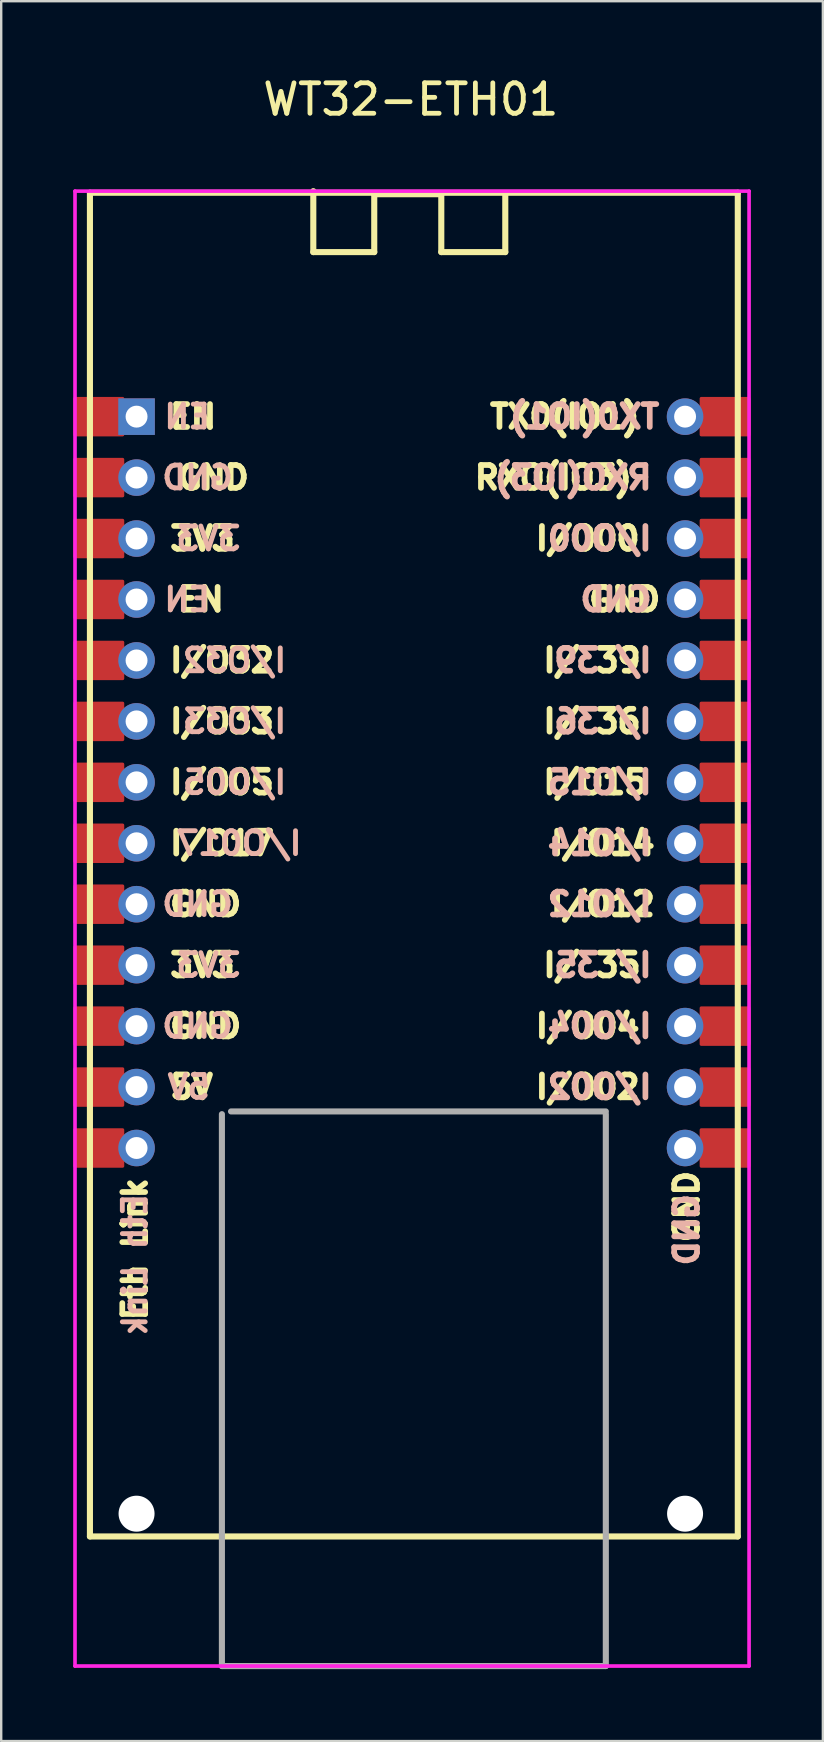
<source format=kicad_pcb>
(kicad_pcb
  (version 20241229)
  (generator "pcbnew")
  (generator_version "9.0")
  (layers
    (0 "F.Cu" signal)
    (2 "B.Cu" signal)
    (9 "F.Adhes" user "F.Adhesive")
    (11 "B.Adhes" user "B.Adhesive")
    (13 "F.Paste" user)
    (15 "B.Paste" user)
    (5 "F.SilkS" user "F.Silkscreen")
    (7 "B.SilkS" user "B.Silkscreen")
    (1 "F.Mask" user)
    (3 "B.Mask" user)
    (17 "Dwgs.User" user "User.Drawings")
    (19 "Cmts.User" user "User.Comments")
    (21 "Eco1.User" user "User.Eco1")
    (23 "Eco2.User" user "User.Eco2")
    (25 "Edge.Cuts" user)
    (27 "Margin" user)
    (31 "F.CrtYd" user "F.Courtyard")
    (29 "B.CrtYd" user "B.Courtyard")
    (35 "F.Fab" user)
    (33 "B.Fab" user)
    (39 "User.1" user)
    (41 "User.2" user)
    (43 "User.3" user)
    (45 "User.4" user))
  (footprint "WT32-ETH01"
    (layer "F.Cu")
    (at 14.071 32.094)
    (property "Reference" "WT32-ETH01" (at 0 -31 0) (layer "F.SilkS") (effects (font (size 1.27 1.27) (thickness 0.2))))
    (attr through_hole)
    (fp_line (start -13.373 -27.111) (end 13.627 -27.111) (stroke (width 0.254) (type solid)) (layer "F.SilkS"))
    (fp_line (start -13.373 28.889) (end -13.373 -27.111) (stroke (width 0.254) (type solid)) (layer "F.SilkS"))
    (fp_line (start -4.064 -27.178) (end -4.064 -24.638) (stroke (width 0.254) (type solid)) (layer "F.SilkS"))
    (fp_line (start -4.064 -24.638) (end -1.524 -24.638) (stroke (width 0.254) (type solid)) (layer "F.SilkS"))
    (fp_line (start -1.524 -27.051) (end 1.27 -27.051) (stroke (width 0.254) (type solid)) (layer "F.SilkS"))
    (fp_line (start -1.524 -24.638) (end -1.524 -27.051) (stroke (width 0.254) (type solid)) (layer "F.SilkS"))
    (fp_line (start 1.27 -27.051) (end 1.27 -24.638) (stroke (width 0.254) (type solid)) (layer "F.SilkS"))
    (fp_line (start 1.27 -24.638) (end 3.937 -24.638) (stroke (width 0.254) (type solid)) (layer "F.SilkS"))
    (fp_line (start 3.937 -24.638) (end 3.937 -27.051) (stroke (width 0.254) (type solid)) (layer "F.SilkS"))
    (fp_line (start 13.627 -27.111) (end 13.627 28.889) (stroke (width 0.254) (type solid)) (layer "F.SilkS"))
    (fp_line (start 13.627 28.889) (end -13.373 28.889) (stroke (width 0.254) (type solid)) (layer "F.SilkS"))
    (fp_line (start -13.995 -27.178) (end 14.097 -27.178) (stroke (width 0.152) (type solid)) (layer "F.CrtYd"))
    (fp_line (start -13.995 34.29) (end -13.995 -27.178) (stroke (width 0.152) (type solid)) (layer "F.CrtYd"))
    (fp_line (start 14.097 -27.178) (end 14.097 34.29) (stroke (width 0.152) (type solid)) (layer "F.CrtYd"))
    (fp_line (start 14.097 34.29) (end -13.995 34.29) (stroke (width 0.152) (type solid)) (layer "F.CrtYd"))
    (fp_line (start -7.873 34.29) (end -7.873 11.29) (stroke (width 0.254) (type solid)) (layer "F.Fab"))
    (fp_line (start -7.873 34.29) (end 8.127 34.29) (stroke (width 0.254) (type solid)) (layer "F.Fab"))
    (fp_line (start -7.493 11.176) (end 8.128 11.176) (stroke (width 0.254) (type solid)) (layer "F.Fab"))
    (fp_line (start 8.127 34.29) (end 8.127 11.29) (stroke (width 0.254) (type solid)) (layer "F.Fab"))
    (fp_rect (start -8.5 11.5) (end 8.75 30.25) (stroke (width 0.1) (type default)) (fill no) (layer "User.1"))
    (fp_text user "I/O04" (at 5.08 7.62 0) (layer "F.SilkS") (effects (font (size 0.953 0.953) (thickness 0.238)) (justify left)))
    (fp_text user "Eth Link" (at -11.5 20 270) (layer "F.SilkS") (effects (font (size 0.953 0.953) (thickness 0.238)) (justify left)))
    (fp_text user "I/ 35" (at 5.398 5.08 0) (layer "F.SilkS") (effects (font (size 0.953 0.953) (thickness 0.238)) (justify left)))
    (fp_text user "I/O17" (at -10.16 0 0) (layer "F.SilkS") (effects (font (size 0.953 0.953) (thickness 0.238)) (justify left)))
    (fp_text user "GND" (at -9.842 -15.24 0) (layer "F.SilkS") (effects (font (size 0.953 0.953) (thickness 0.238)) (justify left)))
    (fp_text user "EN" (at -10.16 -17.78 0) (layer "F.SilkS") (effects (font (size 0.953 0.953) (thickness 0.238)) (justify left)))
    (fp_text user "I/O02" (at 5.08 10.16 0) (layer "F.SilkS") (effects (font (size 0.953 0.953) (thickness 0.238)) (justify left)))
    (fp_text user "TX0(IO1)" (at 3.175 -17.78 0) (layer "F.SilkS") (effects (font (size 0.953 0.953) (thickness 0.238)) (justify left)))
    (fp_text user "EN" (at -9.842 -10.16 0) (layer "F.SilkS") (effects (font (size 0.953 0.953) (thickness 0.238)) (justify left)))
    (fp_text user "RXO(IO3)" (at 2.54 -15.24 0) (layer "F.SilkS") (effects (font (size 0.953 0.953) (thickness 0.238)) (justify left)))
    (fp_text user "GND" (at -10.16 7.62 0) (layer "F.SilkS") (effects (font (size 0.953 0.953) (thickness 0.238)) (justify left)))
    (fp_text user "GND" (at 11.5 16.75 270) (layer "F.SilkS") (effects (font (size 0.953 0.953) (thickness 0.238)) (justify left)))
    (fp_text user "3V3" (at -10.16 -12.7 0) (layer "F.SilkS") (effects (font (size 0.953 0.953) (thickness 0.238)) (justify left)))
    (fp_text user "GND" (at 7.303 -10.16 0) (layer "F.SilkS") (effects (font (size 0.953 0.953) (thickness 0.238)) (justify left)))
    (fp_text user "I/O32" (at -10.16 -7.62 0) (layer "F.SilkS") (effects (font (size 0.953 0.953) (thickness 0.238)) (justify left)))
    (fp_text user "I/O05" (at -10.16 -2.54 0) (layer "F.SilkS") (effects (font (size 0.953 0.953) (thickness 0.238)) (justify left)))
    (fp_text user "GND" (at -10.16 2.54 0) (layer "F.SilkS") (effects (font (size 0.953 0.953) (thickness 0.238)) (justify left)))
    (fp_text user "I/ 36" (at 5.398 -5.08 0) (layer "F.SilkS") (effects (font (size 0.953 0.953) (thickness 0.238)) (justify left)))
    (fp_text user "5V" (at -10.16 10.16 0) (layer "F.SilkS") (effects (font (size 0.953 0.953) (thickness 0.238)) (justify left)))
    (fp_text user "I/O15" (at 5.398 -2.54 0) (layer "F.SilkS") (effects (font (size 0.953 0.953) (thickness 0.238)) (justify left)))
    (fp_text user "I/O12" (at 5.715 2.54 0) (layer "F.SilkS") (effects (font (size 0.953 0.953) (thickness 0.238)) (justify left)))
    (fp_text user "I/ 39" (at 5.398 -7.62 0) (layer "F.SilkS") (effects (font (size 0.953 0.953) (thickness 0.238)) (justify left)))
    (fp_text user "I/O00" (at 5.08 -12.7 0) (layer "F.SilkS") (effects (font (size 0.953 0.953) (thickness 0.238)) (justify left)))
    (fp_text user "I/O33" (at -10.16 -5.08 0) (layer "F.SilkS") (effects (font (size 0.953 0.953) (thickness 0.238)) (justify left)))
    (fp_text user "3V3" (at -10.16 5.08 0) (layer "F.SilkS") (effects (font (size 0.953 0.953) (thickness 0.238)) (justify left)))
    (fp_text user "I/O14" (at 5.715 0 0) (layer "F.SilkS") (effects (font (size 0.953 0.953) (thickness 0.238)) (justify left)))
    (fp_text user "I/O02" (at 10.16 10.16 0) (layer "B.SilkS") (effects (font (size 0.953 0.953) (thickness 0.238)) (justify left mirror)))
    (fp_text user "I/O00" (at 10.16 -12.7 0) (layer "B.SilkS") (effects (font (size 0.953 0.953) (thickness 0.238)) (justify left mirror)))
    (fp_text user "GND" (at 11.5 14.5 90) (layer "B.SilkS") (effects (font (size 0.953 0.953) (thickness 0.238)) (justify left mirror)))
    (fp_text user "RXO(IO3)" (at 10.16 -15.24 0) (layer "B.SilkS") (effects (font (size 0.953 0.953) (thickness 0.238)) (justify left mirror)))
    (fp_text user "GND" (at -7.302 -15.24 0) (layer "B.SilkS") (effects (font (size 0.953 0.953) (thickness 0.203)) (justify left mirror)))
    (fp_text user "I/O15" (at 10.16 -2.54 0) (layer "B.SilkS") (effects (font (size 0.953 0.953) (thickness 0.238)) (justify left mirror)))
    (fp_text user "3V3" (at -6.985 5.08 0) (layer "B.SilkS") (effects (font (size 0.953 0.953) (thickness 0.203)) (justify left mirror)))
    (fp_text user "EN" (at -8.255 -10.16 0) (layer "B.SilkS") (effects (font (size 0.953 0.953) (thickness 0.203)) (justify left mirror)))
    (fp_text user "I/O04" (at 10.16 7.62 0) (layer "B.SilkS") (effects (font (size 0.953 0.953) (thickness 0.238)) (justify left mirror)))
    (fp_text user "5V" (at -8.255 10.16 0) (layer "B.SilkS") (effects (font (size 0.953 0.953) (thickness 0.203)) (justify left mirror)))
    (fp_text user "GND" (at 10.16 -10.16 0) (layer "B.SilkS") (effects (font (size 0.953 0.953) (thickness 0.238)) (justify left mirror)))
    (fp_text user "3V3" (at -6.985 -12.7 0) (layer "B.SilkS") (effects (font (size 0.953 0.953) (thickness 0.203)) (justify left mirror)))
    (fp_text user "I/O32" (at -5.08 -7.62 0) (layer "B.SilkS") (effects (font (size 0.953 0.953) (thickness 0.203)) (justify left mirror)))
    (fp_text user "I/O14" (at 10.16 0 0) (layer "B.SilkS") (effects (font (size 0.953 0.953) (thickness 0.238)) (justify left mirror)))
    (fp_text user "EN" (at -8.255 -17.78 0) (layer "B.SilkS") (effects (font (size 0.953 0.953) (thickness 0.203)) (justify left mirror)))
    (fp_text user "I/O017" (at -4.445 0 0) (layer "B.SilkS") (effects (font (size 0.953 0.953) (thickness 0.203)) (justify left mirror)))
    (fp_text user "I/ 39" (at 10.16 -7.62 0) (layer "B.SilkS") (effects (font (size 0.953 0.953) (thickness 0.238)) (justify left mirror)))
    (fp_text user "I/O12" (at 10.16 2.54 0) (layer "B.SilkS") (effects (font (size 0.953 0.953) (thickness 0.238)) (justify left mirror)))
    (fp_text user "I/ 35" (at 10.16 5.08 0) (layer "B.SilkS") (effects (font (size 0.953 0.953) (thickness 0.238)) (justify left mirror)))
    (fp_text user "I/O33" (at -5.08 -5.08 0) (layer "B.SilkS") (effects (font (size 0.953 0.953) (thickness 0.203)) (justify left mirror)))
    (fp_text user "I/ 36" (at 10.16 -5.08 0) (layer "B.SilkS") (effects (font (size 0.953 0.953) (thickness 0.238)) (justify left mirror)))
    (fp_text user "GND" (at -7.302 7.62 0) (layer "B.SilkS") (effects (font (size 0.953 0.953) (thickness 0.203)) (justify left mirror)))
    (fp_text user "I/O05" (at -5.08 -2.54 0) (layer "B.SilkS") (effects (font (size 0.953 0.953) (thickness 0.203)) (justify left mirror)))
    (fp_text user "TX0(IO1)" (at 10.478 -17.78 0) (layer "B.SilkS") (effects (font (size 0.953 0.953) (thickness 0.238)) (justify left mirror)))
    (fp_text user "Eth Link" (at -11.5 14.5 90) (layer "B.SilkS") (effects (font (size 0.953 0.953) (thickness 0.203)) (justify left mirror)))
    (fp_text user "GND" (at -7.302 2.54 0) (layer "B.SilkS") (effects (font (size 0.953 0.953) (thickness 0.203)) (justify left mirror)))
    (pad "" np_thru_hole circle (at -11.43 27.94) (size 1.5 1.5) (drill 1.5) (layers "*.Cu" "*.Mask"))
    (pad "" np_thru_hole circle (at 11.43 27.94) (size 1.5 1.5) (drill 1.5) (layers "*.Cu" "*.Mask"))
    (pad "1" smd custom (at -13.003 -17.78 90) (size 0.102 0.102) (layers "F.Cu" "F.Mask" "F.Paste") (options (anchor circle)) (primitives (gr_poly (pts (xy 0.762 1) (xy 0.762 -1) (xy -0.762 -1) (xy -0.762 1) (xy 0.762 1)) (width 0.12) (fill yes))))
    (pad "1" thru_hole rect (at -11.43 -17.78 180) (size 1.524 1.524) (drill 0.914) (layers "*.Cu" "*.Mask"))
    (pad "2" smd custom (at -13.003 -15.24 90) (size 0.102 0.102) (layers "F.Cu" "F.Mask" "F.Paste") (options (anchor circle)) (primitives (gr_poly (pts (xy 0.762 1) (xy 0.762 -1) (xy -0.762 -1) (xy -0.762 1) (xy 0.762 1)) (width 0.12) (fill yes))))
    (pad "2" thru_hole circle (at -11.43 -15.24 90) (size 1.524 1.524) (drill 0.914) (layers "*.Cu" "*.Mask"))
    (pad "3" smd custom (at -13.003 -12.7 90) (size 0.102 0.102) (layers "F.Cu" "F.Mask" "F.Paste") (options (anchor circle)) (primitives (gr_poly (pts (xy 0.762 1) (xy 0.762 -1) (xy -0.762 -1) (xy -0.762 1) (xy 0.762 1)) (width 0.12) (fill yes))))
    (pad "3" thru_hole circle (at -11.43 -12.7 90) (size 1.524 1.524) (drill 0.914) (layers "*.Cu" "*.Mask"))
    (pad "4" smd custom (at -13.003 -10.16 90) (size 0.102 0.102) (layers "F.Cu" "F.Mask" "F.Paste") (options (anchor circle)) (primitives (gr_poly (pts (xy 0.762 1) (xy 0.762 -1) (xy -0.762 -1) (xy -0.762 1) (xy 0.762 1)) (width 0.12) (fill yes))))
    (pad "4" thru_hole circle (at -11.43 -10.16 90) (size 1.524 1.524) (drill 0.914) (layers "*.Cu" "*.Mask"))
    (pad "5" smd custom (at -13.003 -7.62 90) (size 0.102 0.102) (layers "F.Cu" "F.Mask" "F.Paste") (options (anchor circle)) (primitives (gr_poly (pts (xy -0.762 -1) (xy -0.762 1) (xy 0.762 1) (xy 0.762 -1) (xy -0.762 -1)) (width 0.12) (fill yes))))
    (pad "5" thru_hole circle (at -11.43 -7.62 90) (size 1.524 1.524) (drill 0.914) (layers "*.Cu" "*.Mask"))
    (pad "6" smd custom (at -13.003 -5.08 90) (size 0.102 0.102) (layers "F.Cu" "F.Mask" "F.Paste") (options (anchor circle)) (primitives (gr_poly (pts (xy -0.762 -1) (xy -0.762 1) (xy 0.762 1) (xy 0.762 -1) (xy -0.762 -1)) (width 0.12) (fill yes))))
    (pad "6" thru_hole circle (at -11.43 -5.08 90) (size 1.524 1.524) (drill 0.914) (layers "*.Cu" "*.Mask"))
    (pad "7" smd custom (at -13.003 -2.54 90) (size 0.102 0.102) (layers "F.Cu" "F.Mask" "F.Paste") (options (anchor circle)) (primitives (gr_poly (pts (xy -0.762 -1) (xy -0.762 1) (xy 0.762 1) (xy 0.762 -1) (xy -0.762 -1)) (width 0.12) (fill yes))))
    (pad "7" thru_hole circle (at -11.43 -2.54 180) (size 1.524 1.524) (drill 0.914) (layers "*.Cu" "*.Mask"))
    (pad "8" smd custom (at -13.003 0 90) (size 0.102 0.102) (layers "F.Cu" "F.Mask" "F.Paste") (options (anchor circle)) (primitives (gr_poly (pts (xy 0.762 1) (xy 0.762 -1) (xy -0.762 -1) (xy -0.762 1) (xy 0.762 1)) (width 0.12) (fill yes))))
    (pad "8" thru_hole circle (at -11.43 0 90) (size 1.524 1.524) (drill 0.914) (layers "*.Cu" "*.Mask"))
    (pad "9" smd custom (at -13.003 2.54 90) (size 0.102 0.102) (layers "F.Cu" "F.Mask" "F.Paste") (options (anchor circle)) (primitives (gr_poly (pts (xy 0.762 1) (xy 0.762 -1) (xy -0.762 -1) (xy -0.762 1) (xy 0.762 1)) (width 0.12) (fill yes))))
    (pad "9" thru_hole circle (at -11.43 2.54 90) (size 1.524 1.524) (drill 0.914) (layers "*.Cu" "*.Mask"))
    (pad "10" smd custom (at -13.003 5.08 90) (size 0.102 0.102) (layers "F.Cu" "F.Mask" "F.Paste") (options (anchor circle)) (primitives (gr_poly (pts (xy -0.762 -1) (xy -0.762 1) (xy 0.762 1) (xy 0.762 -1) (xy -0.762 -1)) (width 0.12) (fill yes))))
    (pad "10" thru_hole circle (at -11.43 5.08 90) (size 1.524 1.524) (drill 0.914) (layers "*.Cu" "*.Mask"))
    (pad "11" smd custom (at -13.003 7.62 90) (size 0.102 0.102) (layers "F.Cu" "F.Mask" "F.Paste") (options (anchor circle)) (primitives (gr_poly (pts (xy -0.762 -1) (xy -0.762 1) (xy 0.762 1) (xy 0.762 -1) (xy -0.762 -1)) (width 0.12) (fill yes))))
    (pad "11" thru_hole circle (at -11.43 7.62 90) (size 1.524 1.524) (drill 0.914) (layers "*.Cu" "*.Mask"))
    (pad "12" smd custom (at -13.003 10.16 90) (size 0.102 0.102) (layers "F.Cu" "F.Mask" "F.Paste") (options (anchor circle)) (primitives (gr_poly (pts (xy -0.762 -1) (xy -0.762 1) (xy 0.762 1) (xy 0.762 -1) (xy -0.762 -1)) (width 0.12) (fill yes))))
    (pad "12" thru_hole circle (at -11.43 10.16 90) (size 1.524 1.524) (drill 0.914) (layers "*.Cu" "*.Mask"))
    (pad "13" smd custom (at -13.003 12.7 90) (size 0.102 0.102) (layers "F.Cu" "F.Mask" "F.Paste") (options (anchor circle)) (primitives (gr_poly (pts (xy -0.762 -1) (xy -0.762 1) (xy 0.762 1) (xy 0.762 -1) (xy -0.762 -1)) (width 0.12) (fill yes))))
    (pad "13" thru_hole circle (at -11.43 12.7 90) (size 1.524 1.524) (drill 0.914) (layers "*.Cu" "*.Mask"))
    (pad "14" thru_hole circle (at 11.43 12.7 90) (size 1.524 1.524) (drill 0.914) (layers "*.Cu" "*.Mask"))
    (pad "14" smd custom (at 13.097 12.7 90) (size 0.102 0.102) (layers "F.Cu" "F.Mask" "F.Paste") (options (anchor circle)) (primitives (gr_poly (pts (xy 0.762 1) (xy 0.762 -1) (xy -0.762 -1) (xy -0.762 1) (xy 0.762 1)) (width 0.12) (fill yes))))
    (pad "15" thru_hole circle (at 11.43 10.16 90) (size 1.524 1.524) (drill 0.914) (layers "*.Cu" "*.Mask"))
    (pad "15" smd custom (at 13.097 10.16 90) (size 0.102 0.102) (layers "F.Cu" "F.Mask" "F.Paste") (options (anchor circle)) (primitives (gr_poly (pts (xy 0.762 1) (xy 0.762 -1) (xy -0.762 -1) (xy -0.762 1) (xy 0.762 1)) (width 0.12) (fill yes))))
    (pad "16" thru_hole circle (at 11.43 7.62 90) (size 1.524 1.524) (drill 0.914) (layers "*.Cu" "*.Mask"))
    (pad "16" smd custom (at 13.097 7.62 90) (size 0.102 0.102) (layers "F.Cu" "F.Mask" "F.Paste") (options (anchor circle)) (primitives (gr_poly (pts (xy 0.762 1) (xy 0.762 -1) (xy -0.762 -1) (xy -0.762 1) (xy 0.762 1)) (width 0.12) (fill yes))))
    (pad "17" thru_hole circle (at 11.43 5.08 90) (size 1.524 1.524) (drill 0.914) (layers "*.Cu" "*.Mask"))
    (pad "17" smd custom (at 13.097 5.08 90) (size 0.102 0.102) (layers "F.Cu" "F.Mask" "F.Paste") (options (anchor circle)) (primitives (gr_poly (pts (xy -0.762 -1) (xy -0.762 1) (xy 0.762 1) (xy 0.762 -1) (xy -0.762 -1)) (width 0.12) (fill yes))))
    (pad "18" thru_hole circle (at 11.43 2.54 90) (size 1.524 1.524) (drill 0.914) (layers "*.Cu" "*.Mask"))
    (pad "18" smd custom (at 13.097 2.54 90) (size 0.102 0.102) (layers "F.Cu" "F.Mask" "F.Paste") (options (anchor circle)) (primitives (gr_poly (pts (xy -0.762 -1) (xy -0.762 1) (xy 0.762 1) (xy 0.762 -1) (xy -0.762 -1)) (width 0.12) (fill yes))))
    (pad "19" thru_hole circle (at 11.43 0 90) (size 1.524 1.524) (drill 0.914) (layers "*.Cu" "*.Mask"))
    (pad "19" smd custom (at 13.097 0 90) (size 0.102 0.102) (layers "F.Cu" "F.Mask" "F.Paste") (options (anchor circle)) (primitives (gr_poly (pts (xy -0.762 -1) (xy -0.762 1) (xy 0.762 1) (xy 0.762 -1) (xy -0.762 -1)) (width 0.12) (fill yes))))
    (pad "20" thru_hole circle (at 11.43 -2.54 90) (size 1.524 1.524) (drill 0.914) (layers "*.Cu" "*.Mask"))
    (pad "20" smd custom (at 13.097 -2.54 90) (size 0.102 0.102) (layers "F.Cu" "F.Mask" "F.Paste") (options (anchor circle)) (primitives (gr_poly (pts (xy -0.762 -1) (xy -0.762 1) (xy 0.762 1) (xy 0.762 -1) (xy -0.762 -1)) (width 0.12) (fill yes))))
    (pad "21" thru_hole circle (at 11.43 -5.08 90) (size 1.524 1.524) (drill 0.914) (layers "*.Cu" "*.Mask"))
    (pad "21" smd custom (at 13.097 -5.08 90) (size 0.102 0.102) (layers "F.Cu" "F.Mask" "F.Paste") (options (anchor circle)) (primitives (gr_poly (pts (xy 0.762 1) (xy 0.762 -1) (xy -0.762 -1) (xy -0.762 1) (xy 0.762 1)) (width 0.12) (fill yes))))
    (pad "22" thru_hole circle (at 11.43 -7.62 90) (size 1.524 1.524) (drill 0.914) (layers "*.Cu" "*.Mask"))
    (pad "22" smd custom (at 13.097 -7.62 90) (size 0.102 0.102) (layers "F.Cu" "F.Mask" "F.Paste") (options (anchor circle)) (primitives (gr_poly (pts (xy 0.762 1) (xy 0.762 -1) (xy -0.762 -1) (xy -0.762 1) (xy 0.762 1)) (width 0.12) (fill yes))))
    (pad "23" thru_hole circle (at 11.43 -10.16 90) (size 1.524 1.524) (drill 0.914) (layers "*.Cu" "*.Mask"))
    (pad "23" smd custom (at 13.097 -10.16 90) (size 0.102 0.102) (layers "F.Cu" "F.Mask" "F.Paste") (options (anchor circle)) (primitives (gr_poly (pts (xy 0.762 1) (xy 0.762 -1) (xy -0.762 -1) (xy -0.762 1) (xy 0.762 1)) (width 0.12) (fill yes))))
    (pad "24" thru_hole circle (at 11.43 -12.7 90) (size 1.524 1.524) (drill 0.914) (layers "*.Cu" "*.Mask"))
    (pad "24" smd custom (at 13.097 -12.7 90) (size 0.102 0.102) (layers "F.Cu" "F.Mask" "F.Paste") (options (anchor circle)) (primitives (gr_poly (pts (xy 0.762 1) (xy 0.762 -1) (xy -0.762 -1) (xy -0.762 1) (xy 0.762 1)) (width 0.12) (fill yes))))
    (pad "25" thru_hole circle (at 11.43 -15.24 90) (size 1.524 1.524) (drill 0.914) (layers "*.Cu" "*.Mask"))
    (pad "25" smd custom (at 13.097 -15.24 90) (size 0.102 0.102) (layers "F.Cu" "F.Mask" "F.Paste") (options (anchor circle)) (primitives (gr_poly (pts (xy -0.762 -1) (xy -0.762 1) (xy 0.762 1) (xy 0.762 -1) (xy -0.762 -1)) (width 0.12) (fill yes))))
    (pad "26" thru_hole circle (at 11.43 -17.78 90) (size 1.524 1.524) (drill 0.914) (layers "*.Cu" "*.Mask"))
    (pad "26" smd custom (at 13.097 -17.78 90) (size 0.102 0.102) (layers "F.Cu" "F.Mask" "F.Paste") (options (anchor circle)) (primitives (gr_poly (pts (xy -0.762 -1) (xy -0.762 1) (xy 0.762 1) (xy 0.762 -1) (xy -0.762 -1)) (width 0.12) (fill yes)))))
  (gr_rect
    (start -3 -3)
    (end 31.244 69.511)
    (stroke (width 0.1) (type default))
    (fill no)
    (layer "Edge.Cuts")))
</source>
